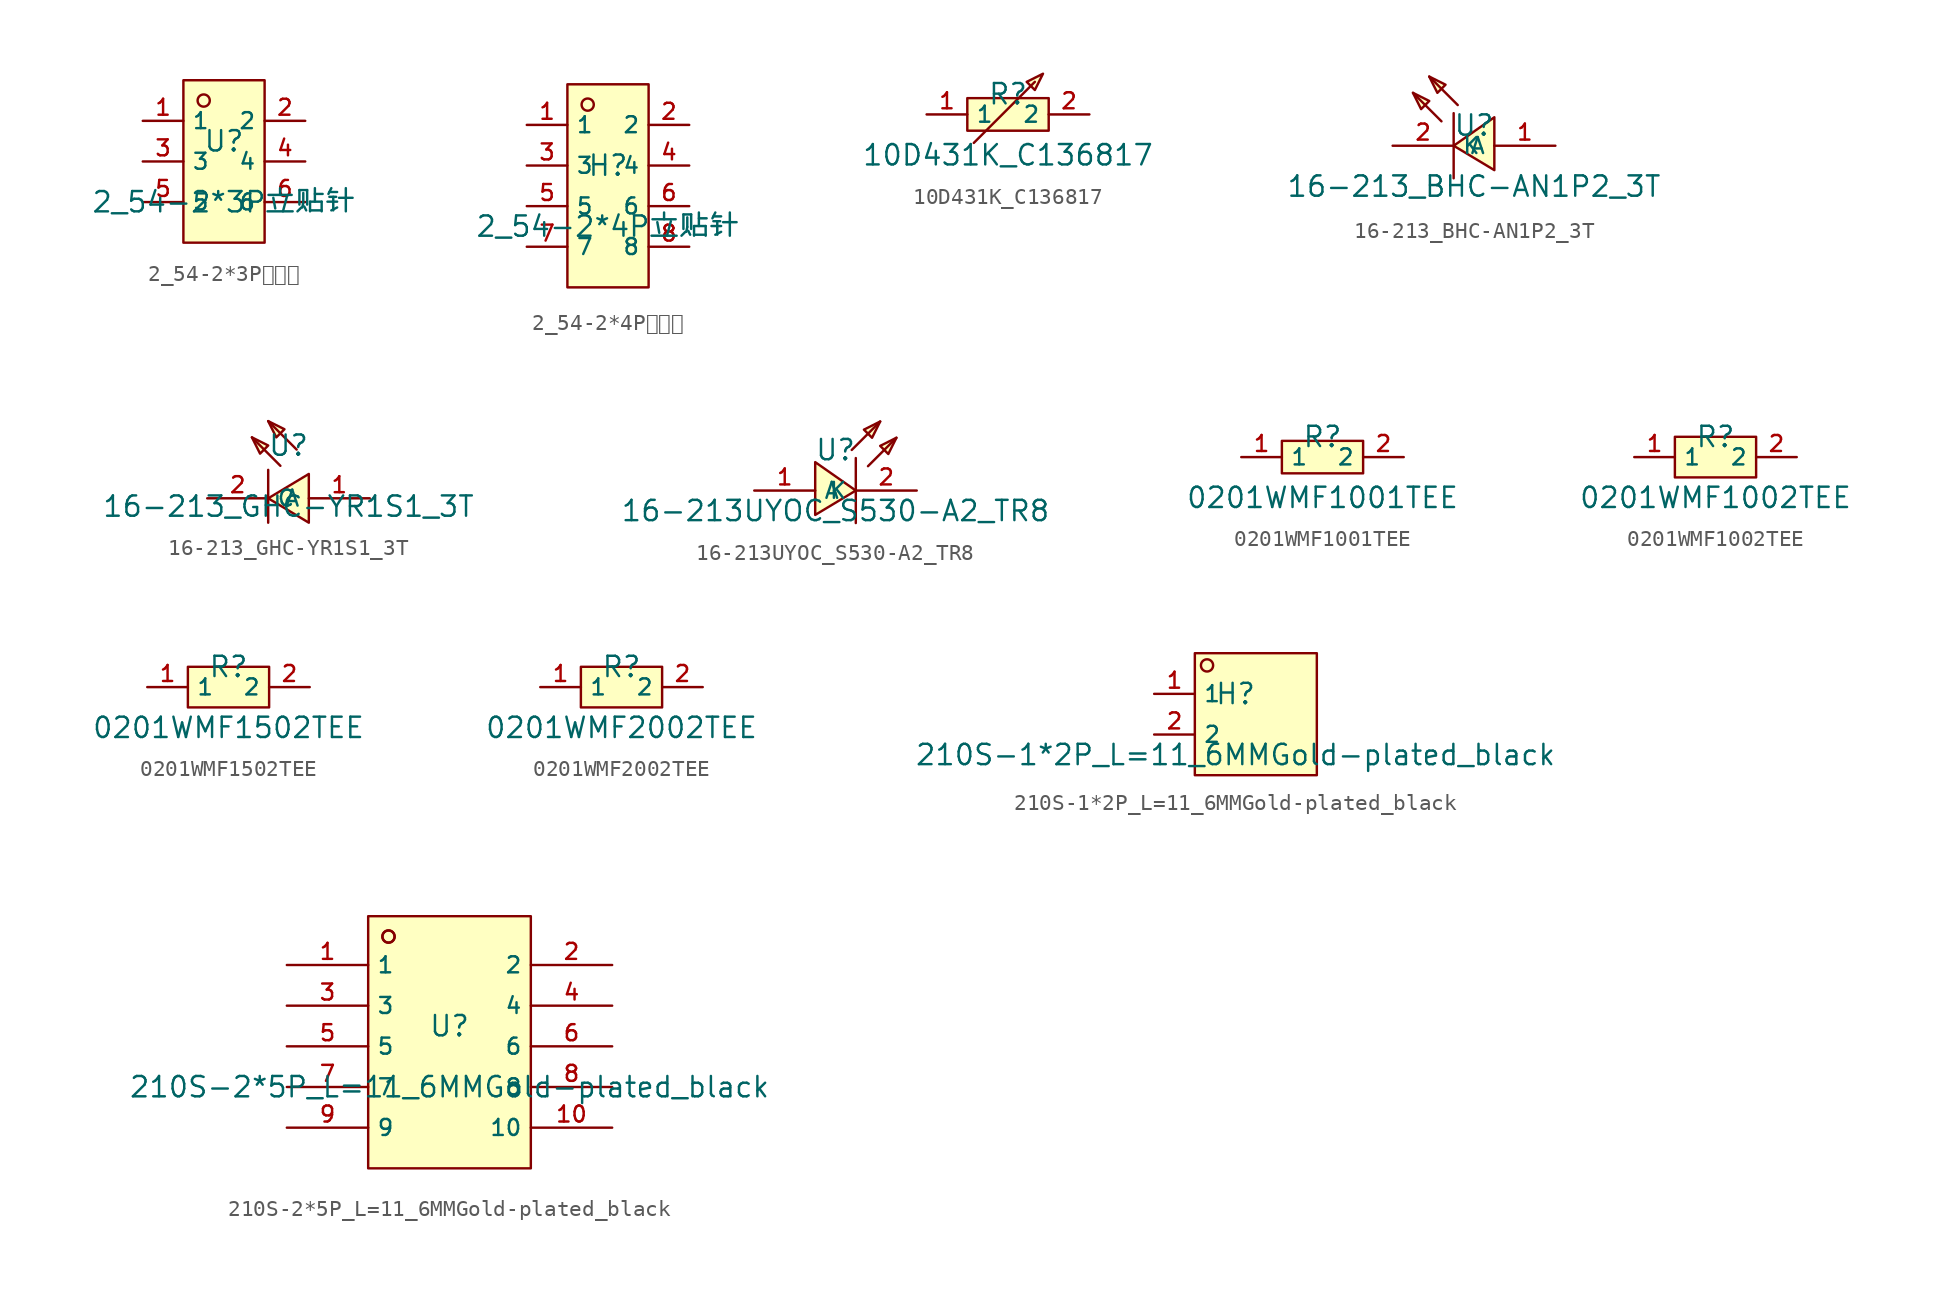
<source format=kicad_sym>
(kicad_symbol_lib
  (version 20231120)
  (generator "kicad_symbol_editor")
  (generator_version "8.0")
  (symbol "2_54-2*3P立贴针"
    (property "Reference" "U"
      (at 0 1.27 0)
      (effects (font (size 1.27 1.27))))
    (property "Value" "2_54-2*3P立贴针"
      (at 0 -2.54 0)
      (effects (font (size 1.27 1.27))))
    (symbol "2_54-2*3P立贴针_0_1"
      (rectangle (start -2.54 5.08) (end 2.54 -5.08) (stroke (width 0) (type default)) (fill (type background)))
      (circle (center -1.27 3.81) (radius 0.381) (stroke (width 0) (type default)) (fill (type background)))
      (pin unspecified line (at -5.08 2.54 0) (length 2.54) (name "1" (effects (font (size 1 1)))) (number "1" (effects (font (size 1 1)))))
      (pin unspecified line (at 5.08 2.54 180) (length 2.54) (name "2" (effects (font (size 1 1)))) (number "2" (effects (font (size 1 1)))))
      (pin unspecified line (at -5.08 0 0) (length 2.54) (name "3" (effects (font (size 1 1)))) (number "3" (effects (font (size 1 1)))))
      (pin unspecified line (at 5.08 0 180) (length 2.54) (name "4" (effects (font (size 1 1)))) (number "4" (effects (font (size 1 1)))))
      (pin unspecified line (at -5.08 -2.54 0) (length 2.54) (name "5" (effects (font (size 1 1)))) (number "5" (effects (font (size 1 1)))))
      (pin unspecified line (at 5.08 -2.54 180) (length 2.54) (name "6" (effects (font (size 1 1)))) (number "6" (effects (font (size 1 1)))))))
  (symbol "2_54-2*4P立贴针"
    (property "Reference" "H"
      (at 0 1.27 0)
      (effects (font (size 1.27 1.27))))
    (property "Value" "2_54-2*4P立贴针"
      (at 0 -2.54 0)
      (effects (font (size 1.27 1.27))))
    (symbol "2_54-2*4P立贴针_0_1"
      (rectangle (start -2.54 6.35) (end 2.54 -6.35) (stroke (width 0) (type default)) (fill (type background)))
      (circle (center -1.27 5.08) (radius 0.381) (stroke (width 0) (type default)) (fill (type background)))
      (pin unspecified line (at -5.08 3.81 0) (length 2.54) (name "1" (effects (font (size 1 1)))) (number "1" (effects (font (size 1 1)))))
      (pin unspecified line (at 5.08 3.81 180) (length 2.54) (name "2" (effects (font (size 1 1)))) (number "2" (effects (font (size 1 1)))))
      (pin unspecified line (at -5.08 1.27 0) (length 2.54) (name "3" (effects (font (size 1 1)))) (number "3" (effects (font (size 1 1)))))
      (pin unspecified line (at 5.08 1.27 180) (length 2.54) (name "4" (effects (font (size 1 1)))) (number "4" (effects (font (size 1 1)))))
      (pin unspecified line (at -5.08 -1.27 0) (length 2.54) (name "5" (effects (font (size 1 1)))) (number "5" (effects (font (size 1 1)))))
      (pin unspecified line (at 5.08 -1.27 180) (length 2.54) (name "6" (effects (font (size 1 1)))) (number "6" (effects (font (size 1 1)))))
      (pin unspecified line (at -5.08 -3.81 0) (length 2.54) (name "7" (effects (font (size 1 1)))) (number "7" (effects (font (size 1 1)))))
      (pin unspecified line (at 5.08 -3.81 180) (length 2.54) (name "8" (effects (font (size 1 1)))) (number "8" (effects (font (size 1 1)))))))
  (symbol "10D431K_C136817"
    (property "Reference" "R"
      (at 0 1.27 0)
      (effects (font (size 1.27 1.27))))
    (property "Value" "10D431K_C136817"
      (at 0 -2.54 0)
      (effects (font (size 1.27 1.27))))
    (symbol "10D431K_C136817_0_1"
      (rectangle (start -2.54 1.016) (end 2.54 -1.016) (stroke (width 0) (type default)) (fill (type background)))
      (polyline (pts (xy 1.676 2.032) (xy -2.134 -1.778)) (stroke (width 0) (type default)) (fill (type none)))
      (polyline (pts (xy 1.168 2.032) (xy 2.184 2.54) (xy 1.676 1.524) (xy 1.168 2.032)) (stroke (width 0) (type default)) (fill (type background)))
      (pin unspecified line (at -5.08 0 0) (length 2.54) (name "1" (effects (font (size 1 1)))) (number "1" (effects (font (size 1 1)))))
      (pin unspecified line (at 5.08 0 180) (length 2.54) (name "2" (effects (font (size 1 1)))) (number "2" (effects (font (size 1 1)))))))
  (symbol "16-213_BHC-AN1P2_3T"
    (property "Reference" "U"
      (at 0 1.27 0)
      (effects (font (size 1.27 1.27))))
    (property "Value" "16-213_BHC-AN1P2_3T"
      (at 0 -2.54 0)
      (effects (font (size 1.27 1.27))))
    (symbol "16-213_BHC-AN1P2_3T_0_1"
      (polyline (pts (xy -2.032 1.524) (xy -3.81 3.302)) (stroke (width 0) (type default)) (fill (type none)))
      (polyline (pts (xy -1.27 2.032) (xy -1.27 -2.032)) (stroke (width 0) (type default)) (fill (type none)))
      (polyline (pts (xy -1.016 2.54) (xy -2.794 4.318)) (stroke (width 0) (type default)) (fill (type none)))
      (polyline (pts (xy -3.81 3.302) (xy -2.794 2.794) (xy -3.302 2.286) (xy -3.81 3.302)) (stroke (width 0) (type default)) (fill (type background)))
      (polyline (pts (xy -2.794 4.318) (xy -1.778 3.81) (xy -2.286 3.302) (xy -2.794 4.318)) (stroke (width 0) (type default)) (fill (type background)))
      (polyline (pts (xy 1.27 -1.524) (xy -1.27 0) (xy 1.27 1.778) (xy 1.27 -1.524)) (stroke (width 0) (type default)) (fill (type background)))
      (pin unspecified line (at 5.08 0 180) (length 3.81) (name "A" (effects (font (size 1 1)))) (number "1" (effects (font (size 1 1)))))
      (pin unspecified line (at -5.08 0 0) (length 3.81) (name "K" (effects (font (size 1 1)))) (number "2" (effects (font (size 1 1)))))))
  (symbol "16-213_GHC-YR1S1_3T"
    (property "Reference" "U"
      (at 0 1.27 0)
      (effects (font (size 1.27 1.27))))
    (property "Value" "16-213_GHC-YR1S1_3T"
      (at 0 -2.54 0)
      (effects (font (size 1.27 1.27))))
    (symbol "16-213_GHC-YR1S1_3T_0_1"
      (polyline (pts (xy -1.27 -0.254) (xy -1.27 -3.556)) (stroke (width 0) (type default)) (fill (type none)))
      (polyline (pts (xy -0.508 0) (xy -2.286 1.778)) (stroke (width 0) (type default)) (fill (type none)))
      (polyline (pts (xy 0.508 1.016) (xy -1.27 2.794)) (stroke (width 0) (type default)) (fill (type none)))
      (polyline (pts (xy -2.286 1.778) (xy -1.27 1.27) (xy -1.778 0.762) (xy -2.286 1.778)) (stroke (width 0) (type default)) (fill (type background)))
      (polyline (pts (xy -1.27 2.794) (xy -0.254 2.286) (xy -0.762 1.778) (xy -1.27 2.794)) (stroke (width 0) (type default)) (fill (type background)))
      (polyline (pts (xy 1.27 -3.556) (xy -1.27 -2.032) (xy 1.27 -0.508) (xy 1.27 -3.556)) (stroke (width 0) (type default)) (fill (type background)))
      (pin input line (at 5.08 -2.032 180) (length 3.81) (name "A" (effects (font (size 1 1)))) (number "1" (effects (font (size 1 1)))))
      (pin input line (at -5.08 -2.032 0) (length 3.81) (name "C" (effects (font (size 1 1)))) (number "2" (effects (font (size 1 1)))))))
  (symbol "16-213UYOC_S530-A2_TR8"
    (property "Reference" "U"
      (at 0 1.27 0)
      (effects (font (size 1.27 1.27))))
    (property "Value" "16-213UYOC_S530-A2_TR8"
      (at 0 -2.54 0)
      (effects (font (size 1.27 1.27))))
    (symbol "16-213UYOC_S530-A2_TR8_0_1"
      (polyline (pts (xy 1.016 1.27) (xy 2.794 3.048)) (stroke (width 0) (type default)) (fill (type none)))
      (polyline (pts (xy 1.27 0.762) (xy 1.27 -3.302)) (stroke (width 0) (type default)) (fill (type none)))
      (polyline (pts (xy 2.032 0.254) (xy 3.81 2.032)) (stroke (width 0) (type default)) (fill (type none)))
      (polyline (pts (xy -1.27 -2.794) (xy 1.27 -1.27) (xy -1.27 0.508) (xy -1.27 -2.794)) (stroke (width 0) (type default)) (fill (type background)))
      (polyline (pts (xy 2.794 3.048) (xy 1.778 2.54) (xy 2.286 2.032) (xy 2.794 3.048)) (stroke (width 0) (type default)) (fill (type background)))
      (polyline (pts (xy 3.81 2.032) (xy 2.794 1.524) (xy 3.302 1.016) (xy 3.81 2.032)) (stroke (width 0) (type default)) (fill (type background)))
      (pin unspecified line (at -5.08 -1.27 0) (length 3.81) (name "A" (effects (font (size 1 1)))) (number "1" (effects (font (size 1 1)))))
      (pin unspecified line (at 5.08 -1.27 180) (length 3.81) (name "K" (effects (font (size 1 1)))) (number "2" (effects (font (size 1 1)))))))
  (symbol "0201WMF1001TEE"
    (property "Reference" "R"
      (at 0 1.27 0)
      (effects (font (size 1.27 1.27))))
    (property "Value" "0201WMF1001TEE"
      (at 0 -2.54 0)
      (effects (font (size 1.27 1.27))))
    (symbol "0201WMF1001TEE_0_1"
      (rectangle (start -2.54 1.016) (end 2.54 -1.016) (stroke (width 0) (type default)) (fill (type background)))
      (pin unspecified line (at -5.08 0 0) (length 2.54) (name "1" (effects (font (size 1 1)))) (number "1" (effects (font (size 1 1)))))
      (pin unspecified line (at 5.08 0 180) (length 2.54) (name "2" (effects (font (size 1 1)))) (number "2" (effects (font (size 1 1)))))))
  (symbol "0201WMF1002TEE"
    (property "Reference" "R"
      (at 0 1.27 0)
      (effects (font (size 1.27 1.27))))
    (property "Value" "0201WMF1002TEE"
      (at 0 -2.54 0)
      (effects (font (size 1.27 1.27))))
    (symbol "0201WMF1002TEE_0_1"
      (rectangle (start -2.54 1.27) (end 2.54 -1.27) (stroke (width 0) (type default)) (fill (type background)))
      (pin unspecified line (at -5.08 0 0) (length 2.54) (name "1" (effects (font (size 1 1)))) (number "1" (effects (font (size 1 1)))))
      (pin unspecified line (at 5.08 0 180) (length 2.54) (name "2" (effects (font (size 1 1)))) (number "2" (effects (font (size 1 1)))))))
  (symbol "0201WMF1502TEE"
    (property "Reference" "R"
      (at 0 1.27 0)
      (effects (font (size 1.27 1.27))))
    (property "Value" "0201WMF1502TEE"
      (at 0 -2.54 0)
      (effects (font (size 1.27 1.27))))
    (symbol "0201WMF1502TEE_0_1"
      (rectangle (start -2.54 1.27) (end 2.54 -1.27) (stroke (width 0) (type default)) (fill (type background)))
      (pin unspecified line (at -5.08 0 0) (length 2.54) (name "1" (effects (font (size 1 1)))) (number "1" (effects (font (size 1 1)))))
      (pin unspecified line (at 5.08 0 180) (length 2.54) (name "2" (effects (font (size 1 1)))) (number "2" (effects (font (size 1 1)))))))
  (symbol "0201WMF2002TEE"
    (property "Reference" "R"
      (at 0 1.27 0)
      (effects (font (size 1.27 1.27))))
    (property "Value" "0201WMF2002TEE"
      (at 0 -2.54 0)
      (effects (font (size 1.27 1.27))))
    (symbol "0201WMF2002TEE_0_1"
      (rectangle (start -2.54 1.27) (end 2.54 -1.27) (stroke (width 0) (type default)) (fill (type background)))
      (pin unspecified line (at -5.08 0 0) (length 2.54) (name "1" (effects (font (size 1 1)))) (number "1" (effects (font (size 1 1)))))
      (pin unspecified line (at 5.08 0 180) (length 2.54) (name "2" (effects (font (size 1 1)))) (number "2" (effects (font (size 1 1)))))))
  (symbol "210S-1*2P_L=11_6MMGold-plated_black"
    (property "Reference" "H"
      (at 0 1.27 0)
      (effects (font (size 1.27 1.27))))
    (property "Value" "210S-1*2P_L=11_6MMGold-plated_black"
      (at 0 -2.54 0)
      (effects (font (size 1.27 1.27))))
    (symbol "210S-1*2P_L=11_6MMGold-plated_black_0_1"
      (rectangle (start -2.54 3.81) (end 5.08 -3.81) (stroke (width 0) (type default)) (fill (type background)))
      (circle (center -1.778 3.048) (radius 0.381) (stroke (width 0) (type default)) (fill (type background)))
      (pin unspecified line (at -5.08 1.27 0) (length 2.54) (name "1" (effects (font (size 1 1)))) (number "1" (effects (font (size 1 1)))))
      (pin unspecified line (at -5.08 -1.27 0) (length 2.54) (name "2" (effects (font (size 1 1)))) (number "2" (effects (font (size 1 1)))))))
  (symbol "210S-2*5P_L=11_6MMGold-plated_black"
    (property "Reference" "U"
      (at 0 1.27 0)
      (effects (font (size 1.27 1.27))))
    (property "Value" "210S-2*5P_L=11_6MMGold-plated_black"
      (at 0 -2.54 0)
      (effects (font (size 1.27 1.27))))
    (symbol "210S-2*5P_L=11_6MMGold-plated_black_0_1"
      (circle (center -3.81 6.858) (radius 0.381) (stroke (width 0) (type default) (color 0 0 0 0)) (fill (type background)))
      (rectangle (start -5.08 8.128) (end 5.08 -7.62) (stroke (width 0) (type default) (color 0 0 0 0)) (fill (type background)))
      (circle (center -3.81 6.858) (radius 0.381) (stroke (width 0) (type default) (color 0 0 0 0)) (fill (type background)))
      (pin unspecified line (at -10.16 5.08 0) (length 5.08) (name "1" (effects (font (size 1 1)))) (number "1" (effects (font (size 1 1)))))
      (pin unspecified line (at 10.16 5.08 180) (length 5.08) (name "2" (effects (font (size 1 1)))) (number "2" (effects (font (size 1 1)))))
      (pin unspecified line (at -10.16 2.54 0) (length 5.08) (name "3" (effects (font (size 1 1)))) (number "3" (effects (font (size 1 1)))))
      (pin unspecified line (at 10.16 2.54 180) (length 5.08) (name "4" (effects (font (size 1 1)))) (number "4" (effects (font (size 1 1)))))
      (pin unspecified line (at -10.16 -0.0 0) (length 5.08) (name "5" (effects (font (size 1 1)))) (number "5" (effects (font (size 1 1)))))
      (pin unspecified line (at 10.16 -0.0 180) (length 5.08) (name "6" (effects (font (size 1 1)))) (number "6" (effects (font (size 1 1)))))
      (pin unspecified line (at -10.16 -2.54 0) (length 5.08) (name "7" (effects (font (size 1 1)))) (number "7" (effects (font (size 1 1)))))
      (pin unspecified line (at 10.16 -2.54 180) (length 5.08) (name "8" (effects (font (size 1 1)))) (number "8" (effects (font (size 1 1)))))
      (pin unspecified line (at -10.16 -5.08 0) (length 5.08) (name "9" (effects (font (size 1 1)))) (number "9" (effects (font (size 1 1)))))
      (pin unspecified line (at 10.16 -5.08 180) (length 5.08) (name "10" (effects (font (size 1 1)))) (number "10" (effects (font (size 1 1))))))))
</source>
